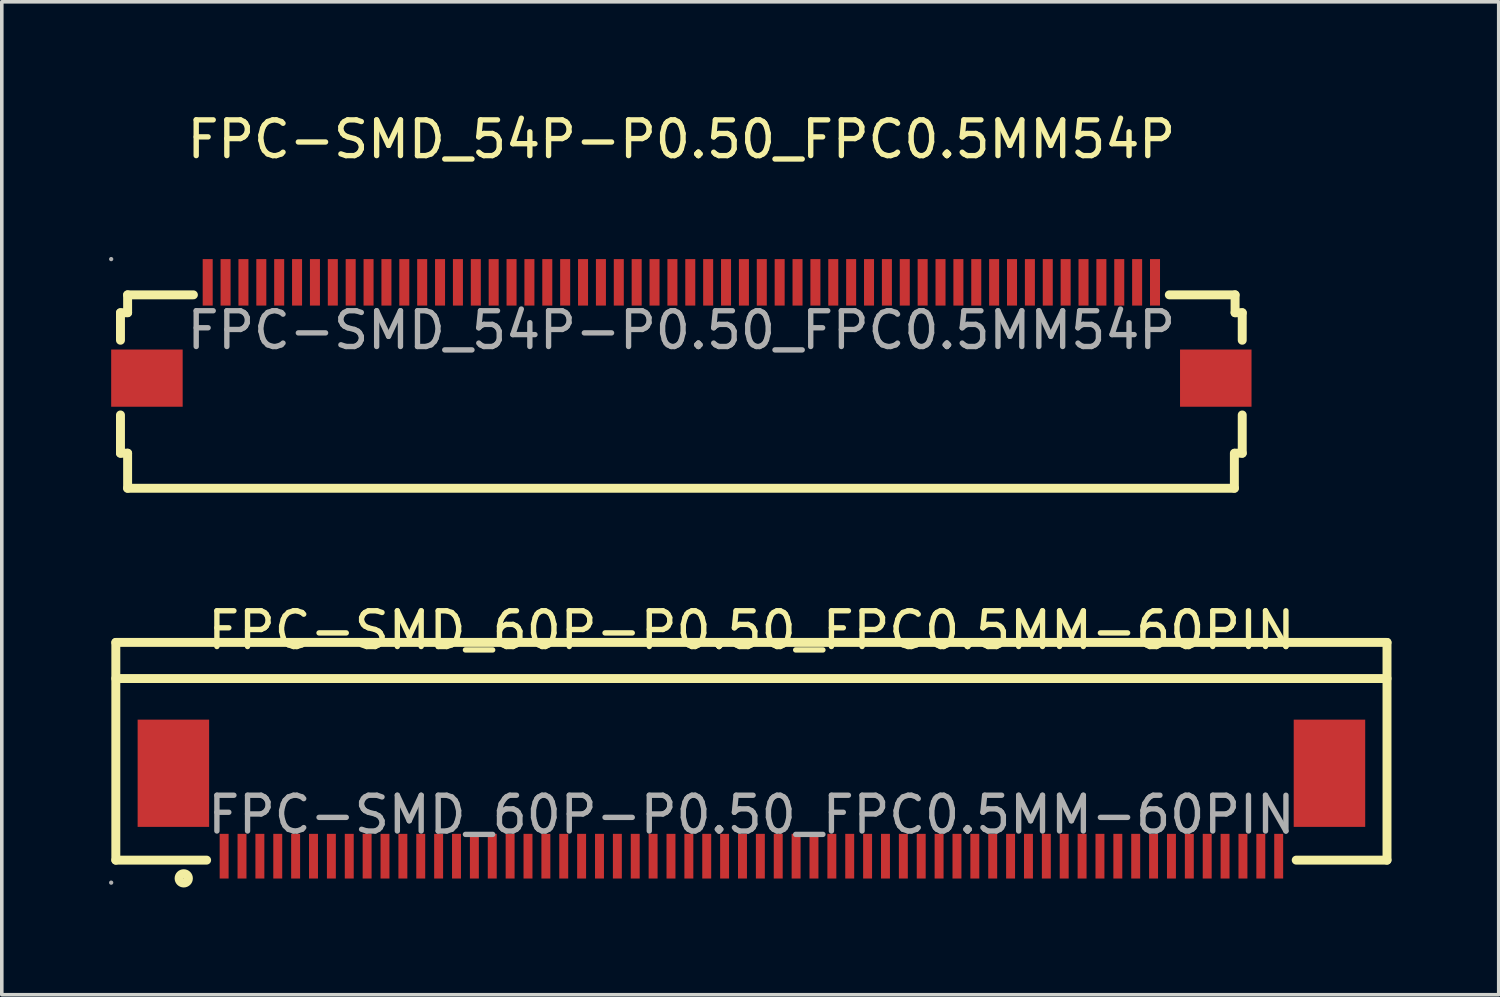
<source format=kicad_pcb>
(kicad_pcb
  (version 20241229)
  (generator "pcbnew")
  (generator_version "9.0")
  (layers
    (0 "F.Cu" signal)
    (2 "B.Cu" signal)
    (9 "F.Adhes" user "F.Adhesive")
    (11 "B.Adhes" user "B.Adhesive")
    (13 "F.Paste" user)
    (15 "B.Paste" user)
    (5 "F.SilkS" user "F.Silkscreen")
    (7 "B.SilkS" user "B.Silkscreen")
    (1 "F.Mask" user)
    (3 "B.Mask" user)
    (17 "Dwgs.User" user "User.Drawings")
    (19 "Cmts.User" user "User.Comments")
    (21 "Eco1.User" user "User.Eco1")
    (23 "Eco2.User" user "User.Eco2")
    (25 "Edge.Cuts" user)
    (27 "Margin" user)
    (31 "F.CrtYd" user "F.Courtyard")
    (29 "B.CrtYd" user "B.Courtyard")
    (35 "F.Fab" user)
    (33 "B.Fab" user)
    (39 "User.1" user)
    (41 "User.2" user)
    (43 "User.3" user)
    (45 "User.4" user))
  (footprint "FPC-SMD_60P-P0.50_FPC0.5MM-60PIN"
    (layer "F.Cu")
    (at 17.97 19.741)
    (property "Reference" "FPC-SMD_60P-P0.50_FPC0.5MM-60PIN" (at 0 -5.16 0) (layer "F.SilkS") (effects (font (size 1 1) (thickness 0.15))))
    (attr through_hole)
    (fp_line (start -17.78 -4.82) (end 17.78 -4.82) (stroke (width 0.25) (type solid)) (layer "F.SilkS"))
    (fp_line (start -17.78 -3.81) (end 17.78 -3.81) (stroke (width 0.25) (type solid)) (layer "F.SilkS"))
    (fp_line (start -17.78 1.27) (end -17.78 -4.82) (stroke (width 0.25) (type solid)) (layer "F.SilkS"))
    (fp_line (start -17.78 1.27) (end -15.24 1.27) (stroke (width 0.25) (type solid)) (layer "F.SilkS"))
    (fp_line (start 17.78 -4.82) (end 17.78 1.27) (stroke (width 0.25) (type solid)) (layer "F.SilkS"))
    (fp_line (start 17.78 1.27) (end 15.24 1.27) (stroke (width 0.25) (type solid)) (layer "F.SilkS"))
    (fp_circle (center -15.88 1.78) (end -15.75 1.78) (stroke (width 0.25) (type solid)) (fill no) (layer "F.SilkS"))
    (fp_circle (center -17.91 1.9) (end -17.88 1.9) (stroke (width 0.06) (type solid)) (fill no) (layer "F.Fab"))
    (fp_text user "${REFERENCE}" (at 0 0 0) (layer "F.Fab") (effects (font (size 1 1) (thickness 0.15))))
    (pad "1" smd rect (at -14.75 1.16) (size 0.25 1.25) (layers "F.Cu" "F.Mask" "F.Paste"))
    (pad "2" smd rect (at -14.25 1.16) (size 0.25 1.25) (layers "F.Cu" "F.Mask" "F.Paste"))
    (pad "3" smd rect (at -13.75 1.16) (size 0.25 1.25) (layers "F.Cu" "F.Mask" "F.Paste"))
    (pad "4" smd rect (at -13.25 1.16) (size 0.25 1.25) (layers "F.Cu" "F.Mask" "F.Paste"))
    (pad "5" smd rect (at -12.75 1.16) (size 0.25 1.25) (layers "F.Cu" "F.Mask" "F.Paste"))
    (pad "6" smd rect (at -12.25 1.16) (size 0.25 1.25) (layers "F.Cu" "F.Mask" "F.Paste"))
    (pad "7" smd rect (at -11.75 1.16) (size 0.25 1.25) (layers "F.Cu" "F.Mask" "F.Paste"))
    (pad "8" smd rect (at -11.25 1.16) (size 0.25 1.25) (layers "F.Cu" "F.Mask" "F.Paste"))
    (pad "9" smd rect (at -10.75 1.16) (size 0.25 1.25) (layers "F.Cu" "F.Mask" "F.Paste"))
    (pad "10" smd rect (at -10.25 1.16) (size 0.25 1.25) (layers "F.Cu" "F.Mask" "F.Paste"))
    (pad "11" smd rect (at -9.75 1.16) (size 0.25 1.25) (layers "F.Cu" "F.Mask" "F.Paste"))
    (pad "12" smd rect (at -9.25 1.16) (size 0.25 1.25) (layers "F.Cu" "F.Mask" "F.Paste"))
    (pad "13" smd rect (at -8.75 1.16) (size 0.25 1.25) (layers "F.Cu" "F.Mask" "F.Paste"))
    (pad "14" smd rect (at -8.25 1.16) (size 0.25 1.25) (layers "F.Cu" "F.Mask" "F.Paste"))
    (pad "15" smd rect (at -7.75 1.16) (size 0.25 1.25) (layers "F.Cu" "F.Mask" "F.Paste"))
    (pad "16" smd rect (at -7.25 1.16) (size 0.25 1.25) (layers "F.Cu" "F.Mask" "F.Paste"))
    (pad "17" smd rect (at -6.75 1.16) (size 0.25 1.25) (layers "F.Cu" "F.Mask" "F.Paste"))
    (pad "18" smd rect (at -6.25 1.16) (size 0.25 1.25) (layers "F.Cu" "F.Mask" "F.Paste"))
    (pad "19" smd rect (at -5.75 1.16) (size 0.25 1.25) (layers "F.Cu" "F.Mask" "F.Paste"))
    (pad "20" smd rect (at -5.25 1.16) (size 0.25 1.25) (layers "F.Cu" "F.Mask" "F.Paste"))
    (pad "21" smd rect (at -4.75 1.16) (size 0.25 1.25) (layers "F.Cu" "F.Mask" "F.Paste"))
    (pad "22" smd rect (at -4.25 1.16) (size 0.25 1.25) (layers "F.Cu" "F.Mask" "F.Paste"))
    (pad "23" smd rect (at -3.75 1.16) (size 0.25 1.25) (layers "F.Cu" "F.Mask" "F.Paste"))
    (pad "24" smd rect (at -3.25 1.16) (size 0.25 1.25) (layers "F.Cu" "F.Mask" "F.Paste"))
    (pad "25" smd rect (at -2.75 1.16) (size 0.25 1.25) (layers "F.Cu" "F.Mask" "F.Paste"))
    (pad "26" smd rect (at -2.25 1.16) (size 0.25 1.25) (layers "F.Cu" "F.Mask" "F.Paste"))
    (pad "27" smd rect (at -1.75 1.16) (size 0.25 1.25) (layers "F.Cu" "F.Mask" "F.Paste"))
    (pad "28" smd rect (at -1.25 1.16) (size 0.25 1.25) (layers "F.Cu" "F.Mask" "F.Paste"))
    (pad "29" smd rect (at -0.75 1.16) (size 0.25 1.25) (layers "F.Cu" "F.Mask" "F.Paste"))
    (pad "30" smd rect (at -0.25 1.16) (size 0.25 1.25) (layers "F.Cu" "F.Mask" "F.Paste"))
    (pad "31" smd rect (at 0.25 1.16) (size 0.25 1.25) (layers "F.Cu" "F.Mask" "F.Paste"))
    (pad "32" smd rect (at 0.75 1.16) (size 0.25 1.25) (layers "F.Cu" "F.Mask" "F.Paste"))
    (pad "33" smd rect (at 1.25 1.16) (size 0.25 1.25) (layers "F.Cu" "F.Mask" "F.Paste"))
    (pad "34" smd rect (at 1.75 1.16) (size 0.25 1.25) (layers "F.Cu" "F.Mask" "F.Paste"))
    (pad "35" smd rect (at 2.25 1.16) (size 0.25 1.25) (layers "F.Cu" "F.Mask" "F.Paste"))
    (pad "36" smd rect (at 2.75 1.16) (size 0.25 1.25) (layers "F.Cu" "F.Mask" "F.Paste"))
    (pad "37" smd rect (at 3.25 1.16) (size 0.25 1.25) (layers "F.Cu" "F.Mask" "F.Paste"))
    (pad "38" smd rect (at 3.75 1.16) (size 0.25 1.25) (layers "F.Cu" "F.Mask" "F.Paste"))
    (pad "39" smd rect (at 4.25 1.16) (size 0.25 1.25) (layers "F.Cu" "F.Mask" "F.Paste"))
    (pad "40" smd rect (at 4.75 1.16) (size 0.25 1.25) (layers "F.Cu" "F.Mask" "F.Paste"))
    (pad "41" smd rect (at 5.25 1.16) (size 0.25 1.25) (layers "F.Cu" "F.Mask" "F.Paste"))
    (pad "42" smd rect (at 5.75 1.16) (size 0.25 1.25) (layers "F.Cu" "F.Mask" "F.Paste"))
    (pad "43" smd rect (at 6.25 1.16) (size 0.25 1.25) (layers "F.Cu" "F.Mask" "F.Paste"))
    (pad "44" smd rect (at 6.75 1.16) (size 0.25 1.25) (layers "F.Cu" "F.Mask" "F.Paste"))
    (pad "45" smd rect (at 7.25 1.16) (size 0.25 1.25) (layers "F.Cu" "F.Mask" "F.Paste"))
    (pad "46" smd rect (at 7.75 1.16) (size 0.25 1.25) (layers "F.Cu" "F.Mask" "F.Paste"))
    (pad "47" smd rect (at 8.25 1.16) (size 0.25 1.25) (layers "F.Cu" "F.Mask" "F.Paste"))
    (pad "48" smd rect (at 8.75 1.16) (size 0.25 1.25) (layers "F.Cu" "F.Mask" "F.Paste"))
    (pad "49" smd rect (at 9.25 1.16) (size 0.25 1.25) (layers "F.Cu" "F.Mask" "F.Paste"))
    (pad "50" smd rect (at 9.75 1.16) (size 0.25 1.25) (layers "F.Cu" "F.Mask" "F.Paste"))
    (pad "51" smd rect (at 10.25 1.16) (size 0.25 1.25) (layers "F.Cu" "F.Mask" "F.Paste"))
    (pad "52" smd rect (at 10.75 1.16) (size 0.25 1.25) (layers "F.Cu" "F.Mask" "F.Paste"))
    (pad "53" smd rect (at 11.25 1.16) (size 0.25 1.25) (layers "F.Cu" "F.Mask" "F.Paste"))
    (pad "54" smd rect (at 11.75 1.16) (size 0.25 1.25) (layers "F.Cu" "F.Mask" "F.Paste"))
    (pad "55" smd rect (at 12.25 1.16) (size 0.25 1.25) (layers "F.Cu" "F.Mask" "F.Paste"))
    (pad "56" smd rect (at 12.75 1.16) (size 0.25 1.25) (layers "F.Cu" "F.Mask" "F.Paste"))
    (pad "57" smd rect (at 13.25 1.16) (size 0.25 1.25) (layers "F.Cu" "F.Mask" "F.Paste"))
    (pad "58" smd rect (at 13.75 1.16) (size 0.25 1.25) (layers "F.Cu" "F.Mask" "F.Paste"))
    (pad "59" smd rect (at 14.25 1.16) (size 0.25 1.25) (layers "F.Cu" "F.Mask" "F.Paste"))
    (pad "60" smd rect (at 14.75 1.16) (size 0.25 1.25) (layers "F.Cu" "F.Mask" "F.Paste"))
    (pad "61" smd rect (at 16.17 -1.16) (size 2 3) (layers "F.Cu" "F.Mask" "F.Paste"))
    (pad "62" smd rect (at -16.17 -1.16) (size 2 3) (layers "F.Cu" "F.Mask" "F.Paste")))
  (footprint "FPC-SMD_54P-P0.50_FPC0.5MM54P"
    (layer "F.Cu")
    (at 16.01 6.188)
    (property "Reference" "FPC-SMD_54P-P0.50_FPC0.5MM54P" (at 0 -5.34 0) (layer "F.SilkS") (effects (font (size 1 1) (thickness 0.15))))
    (attr through_hole)
    (fp_line (start -15.69 -0.49) (end -15.69 0.28) (stroke (width 0.25) (type solid)) (layer "F.SilkS"))
    (fp_line (start -15.69 -0.49) (end -15.49 -0.49) (stroke (width 0.25) (type solid)) (layer "F.SilkS"))
    (fp_line (start -15.69 3.44) (end -15.69 2.37) (stroke (width 0.25) (type solid)) (layer "F.SilkS"))
    (fp_line (start -15.49 -0.99) (end -15.49 -0.49) (stroke (width 0.25) (type solid)) (layer "F.SilkS"))
    (fp_line (start -15.49 -0.99) (end -13.65 -0.99) (stroke (width 0.25) (type solid)) (layer "F.SilkS"))
    (fp_line (start -15.49 3.44) (end -15.69 3.44) (stroke (width 0.25) (type solid)) (layer "F.SilkS"))
    (fp_line (start -15.49 3.44) (end -15.49 4.42) (stroke (width 0.25) (type solid)) (layer "F.SilkS"))
    (fp_line (start -15.49 4.42) (end 15.47 4.42) (stroke (width 0.25) (type solid)) (layer "F.SilkS"))
    (fp_line (start 15.47 4.42) (end 15.47 3.44) (stroke (width 0.25) (type solid)) (layer "F.SilkS"))
    (fp_line (start 15.49 -0.99) (end 13.65 -0.99) (stroke (width 0.25) (type solid)) (layer "F.SilkS"))
    (fp_line (start 15.49 -0.99) (end 15.49 -0.49) (stroke (width 0.25) (type solid)) (layer "F.SilkS"))
    (fp_line (start 15.49 3.44) (end 15.69 3.44) (stroke (width 0.25) (type solid)) (layer "F.SilkS"))
    (fp_line (start 15.69 -0.49) (end 15.49 -0.49) (stroke (width 0.25) (type solid)) (layer "F.SilkS"))
    (fp_line (start 15.69 -0.49) (end 15.69 0.28) (stroke (width 0.25) (type solid)) (layer "F.SilkS"))
    (fp_line (start 15.69 3.44) (end 15.69 2.37) (stroke (width 0.25) (type solid)) (layer "F.SilkS"))
    (fp_circle (center -15.95 -1.99) (end -15.92 -1.99) (stroke (width 0.06) (type solid)) (fill no) (layer "F.Fab"))
    (fp_text user "${REFERENCE}" (at 0 0 0) (layer "F.Fab") (effects (font (size 1 1) (thickness 0.15))))
    (pad "1" smd rect (at -13.25 -1.34) (size 0.28 1.3) (layers "F.Cu" "F.Mask" "F.Paste"))
    (pad "2" smd rect (at -12.75 -1.34) (size 0.28 1.3) (layers "F.Cu" "F.Mask" "F.Paste"))
    (pad "3" smd rect (at -12.25 -1.34) (size 0.28 1.3) (layers "F.Cu" "F.Mask" "F.Paste"))
    (pad "4" smd rect (at -11.75 -1.34) (size 0.28 1.3) (layers "F.Cu" "F.Mask" "F.Paste"))
    (pad "5" smd rect (at -11.25 -1.34) (size 0.28 1.3) (layers "F.Cu" "F.Mask" "F.Paste"))
    (pad "6" smd rect (at -10.75 -1.34) (size 0.28 1.3) (layers "F.Cu" "F.Mask" "F.Paste"))
    (pad "7" smd rect (at -10.25 -1.34) (size 0.28 1.3) (layers "F.Cu" "F.Mask" "F.Paste"))
    (pad "8" smd rect (at -9.75 -1.34) (size 0.28 1.3) (layers "F.Cu" "F.Mask" "F.Paste"))
    (pad "9" smd rect (at -9.25 -1.34) (size 0.28 1.3) (layers "F.Cu" "F.Mask" "F.Paste"))
    (pad "10" smd rect (at -8.75 -1.34) (size 0.28 1.3) (layers "F.Cu" "F.Mask" "F.Paste"))
    (pad "11" smd rect (at -8.25 -1.34) (size 0.28 1.3) (layers "F.Cu" "F.Mask" "F.Paste"))
    (pad "12" smd rect (at -7.75 -1.34) (size 0.28 1.3) (layers "F.Cu" "F.Mask" "F.Paste"))
    (pad "13" smd rect (at -7.25 -1.34) (size 0.28 1.3) (layers "F.Cu" "F.Mask" "F.Paste"))
    (pad "14" smd rect (at -6.75 -1.34) (size 0.28 1.3) (layers "F.Cu" "F.Mask" "F.Paste"))
    (pad "15" smd rect (at -6.25 -1.34) (size 0.28 1.3) (layers "F.Cu" "F.Mask" "F.Paste"))
    (pad "16" smd rect (at -5.75 -1.34) (size 0.28 1.3) (layers "F.Cu" "F.Mask" "F.Paste"))
    (pad "17" smd rect (at -5.25 -1.34) (size 0.28 1.3) (layers "F.Cu" "F.Mask" "F.Paste"))
    (pad "18" smd rect (at -4.75 -1.34) (size 0.28 1.3) (layers "F.Cu" "F.Mask" "F.Paste"))
    (pad "19" smd rect (at -4.25 -1.34) (size 0.28 1.3) (layers "F.Cu" "F.Mask" "F.Paste"))
    (pad "20" smd rect (at -3.75 -1.34) (size 0.28 1.3) (layers "F.Cu" "F.Mask" "F.Paste"))
    (pad "21" smd rect (at -3.25 -1.34) (size 0.28 1.3) (layers "F.Cu" "F.Mask" "F.Paste"))
    (pad "22" smd rect (at -2.75 -1.34) (size 0.28 1.3) (layers "F.Cu" "F.Mask" "F.Paste"))
    (pad "23" smd rect (at -2.25 -1.34) (size 0.28 1.3) (layers "F.Cu" "F.Mask" "F.Paste"))
    (pad "24" smd rect (at -1.75 -1.34) (size 0.28 1.3) (layers "F.Cu" "F.Mask" "F.Paste"))
    (pad "25" smd rect (at -1.25 -1.34) (size 0.28 1.3) (layers "F.Cu" "F.Mask" "F.Paste"))
    (pad "26" smd rect (at -0.75 -1.34) (size 0.28 1.3) (layers "F.Cu" "F.Mask" "F.Paste"))
    (pad "27" smd rect (at -0.25 -1.34) (size 0.28 1.3) (layers "F.Cu" "F.Mask" "F.Paste"))
    (pad "28" smd rect (at 0.25 -1.34) (size 0.28 1.3) (layers "F.Cu" "F.Mask" "F.Paste"))
    (pad "29" smd rect (at 0.75 -1.34) (size 0.28 1.3) (layers "F.Cu" "F.Mask" "F.Paste"))
    (pad "30" smd rect (at 1.25 -1.34) (size 0.28 1.3) (layers "F.Cu" "F.Mask" "F.Paste"))
    (pad "31" smd rect (at 1.75 -1.34) (size 0.28 1.3) (layers "F.Cu" "F.Mask" "F.Paste"))
    (pad "32" smd rect (at 2.25 -1.34) (size 0.28 1.3) (layers "F.Cu" "F.Mask" "F.Paste"))
    (pad "33" smd rect (at 2.75 -1.34) (size 0.28 1.3) (layers "F.Cu" "F.Mask" "F.Paste"))
    (pad "34" smd rect (at 3.25 -1.34) (size 0.28 1.3) (layers "F.Cu" "F.Mask" "F.Paste"))
    (pad "35" smd rect (at 3.75 -1.34) (size 0.28 1.3) (layers "F.Cu" "F.Mask" "F.Paste"))
    (pad "36" smd rect (at 4.25 -1.34) (size 0.28 1.3) (layers "F.Cu" "F.Mask" "F.Paste"))
    (pad "37" smd rect (at 4.75 -1.34) (size 0.28 1.3) (layers "F.Cu" "F.Mask" "F.Paste"))
    (pad "38" smd rect (at 5.25 -1.34) (size 0.28 1.3) (layers "F.Cu" "F.Mask" "F.Paste"))
    (pad "39" smd rect (at 5.75 -1.34) (size 0.28 1.3) (layers "F.Cu" "F.Mask" "F.Paste"))
    (pad "40" smd rect (at 6.25 -1.34) (size 0.28 1.3) (layers "F.Cu" "F.Mask" "F.Paste"))
    (pad "41" smd rect (at 6.75 -1.34) (size 0.28 1.3) (layers "F.Cu" "F.Mask" "F.Paste"))
    (pad "42" smd rect (at 7.25 -1.34) (size 0.28 1.3) (layers "F.Cu" "F.Mask" "F.Paste"))
    (pad "43" smd rect (at 7.75 -1.34) (size 0.28 1.3) (layers "F.Cu" "F.Mask" "F.Paste"))
    (pad "44" smd rect (at 8.25 -1.34) (size 0.28 1.3) (layers "F.Cu" "F.Mask" "F.Paste"))
    (pad "45" smd rect (at 8.75 -1.34) (size 0.28 1.3) (layers "F.Cu" "F.Mask" "F.Paste"))
    (pad "46" smd rect (at 9.25 -1.34) (size 0.28 1.3) (layers "F.Cu" "F.Mask" "F.Paste"))
    (pad "47" smd rect (at 9.75 -1.34) (size 0.28 1.3) (layers "F.Cu" "F.Mask" "F.Paste"))
    (pad "48" smd rect (at 10.25 -1.34) (size 0.28 1.3) (layers "F.Cu" "F.Mask" "F.Paste"))
    (pad "49" smd rect (at 10.75 -1.34) (size 0.28 1.3) (layers "F.Cu" "F.Mask" "F.Paste"))
    (pad "50" smd rect (at 11.25 -1.34) (size 0.28 1.3) (layers "F.Cu" "F.Mask" "F.Paste"))
    (pad "51" smd rect (at 11.75 -1.34) (size 0.28 1.3) (layers "F.Cu" "F.Mask" "F.Paste"))
    (pad "52" smd rect (at 12.25 -1.34) (size 0.28 1.3) (layers "F.Cu" "F.Mask" "F.Paste"))
    (pad "53" smd rect (at 12.75 -1.34) (size 0.28 1.3) (layers "F.Cu" "F.Mask" "F.Paste"))
    (pad "54" smd rect (at 13.25 -1.34) (size 0.28 1.3) (layers "F.Cu" "F.Mask" "F.Paste"))
    (pad "55" smd rect (at 14.95 1.34 180) (size 2 1.6) (layers "F.Cu" "F.Mask" "F.Paste"))
    (pad "56" smd rect (at -14.95 1.34) (size 2 1.6) (layers "F.Cu" "F.Mask" "F.Paste")))
  (gr_rect
    (start -3 -3)
    (end 38.875 24.776)
    (stroke (width 0.1) (type default))
    (fill no)
    (layer "Edge.Cuts")))
</source>
